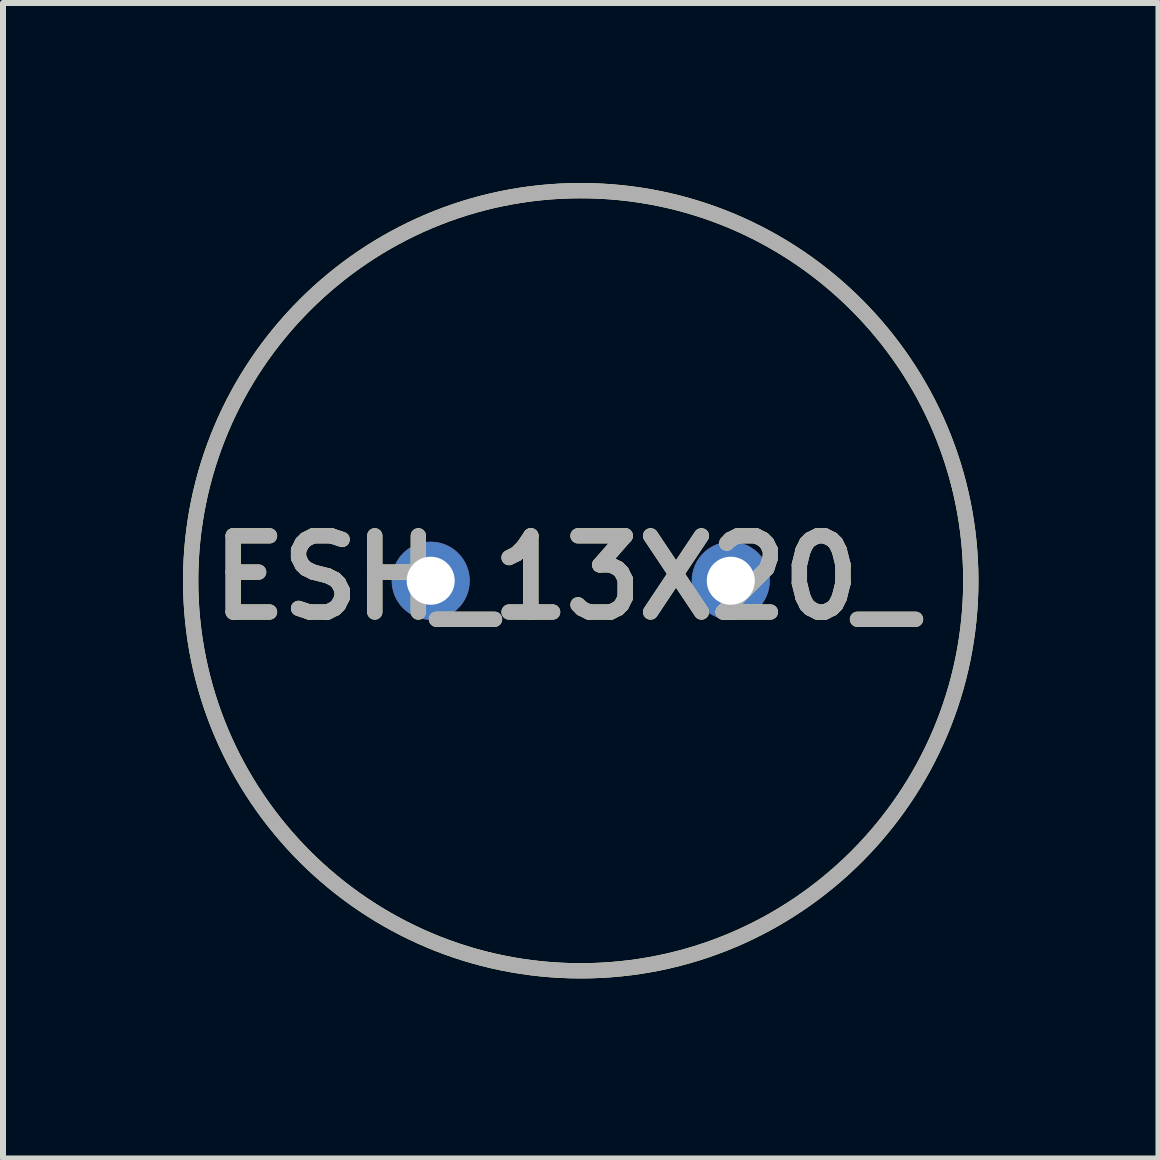
<source format=kicad_pcb>
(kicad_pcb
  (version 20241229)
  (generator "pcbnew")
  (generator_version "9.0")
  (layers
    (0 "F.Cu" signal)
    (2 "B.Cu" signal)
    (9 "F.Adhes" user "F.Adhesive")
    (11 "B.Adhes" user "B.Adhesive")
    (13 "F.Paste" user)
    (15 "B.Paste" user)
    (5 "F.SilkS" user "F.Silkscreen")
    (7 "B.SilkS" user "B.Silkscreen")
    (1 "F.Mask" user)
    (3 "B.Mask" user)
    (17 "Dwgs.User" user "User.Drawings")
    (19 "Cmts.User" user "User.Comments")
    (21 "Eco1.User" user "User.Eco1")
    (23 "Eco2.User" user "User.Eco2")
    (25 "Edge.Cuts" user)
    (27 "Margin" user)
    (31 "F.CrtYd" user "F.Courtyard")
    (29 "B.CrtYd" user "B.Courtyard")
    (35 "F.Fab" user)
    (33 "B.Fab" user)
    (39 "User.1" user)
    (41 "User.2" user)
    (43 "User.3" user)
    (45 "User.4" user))
  (footprint "ESH_13X20_"
    (layer "F.Cu")
    (at 6.627 6.627)
    (property "Reference" "ESH_13X20_" (at -0.257 -0.053 0) (layer "F.SilkS") (effects (font (size 1.27 1.27) (thickness 0.254))))
    (attr through_hole)
    (fp_circle (center 0 0) (end 0 6.5) (stroke (width 0.254) (type solid)) (fill no) (layer "F.SilkS"))
    (fp_circle (center 0 0) (end 0 6.5) (stroke (width 0.254) (type solid)) (fill no) (layer "F.Fab"))
    (fp_text user "${REFERENCE}" (at -0.257 -0.053 0) (layer "F.Fab") (effects (font (size 1.27 1.27) (thickness 0.254))))
    (pad "1" thru_hole circle (at -2.5 0) (size 1.3 1.3) (drill 0.8) (layers "*.Cu" "*.Mask"))
    (pad "2" thru_hole circle (at 2.5 0) (size 1.3 1.3) (drill 0.8) (layers "*.Cu" "*.Mask")))
  (gr_rect
    (start -3 -3)
    (end 16.254 16.254)
    (stroke (width 0.1) (type default))
    (fill no)
    (layer "Edge.Cuts")))
</source>
